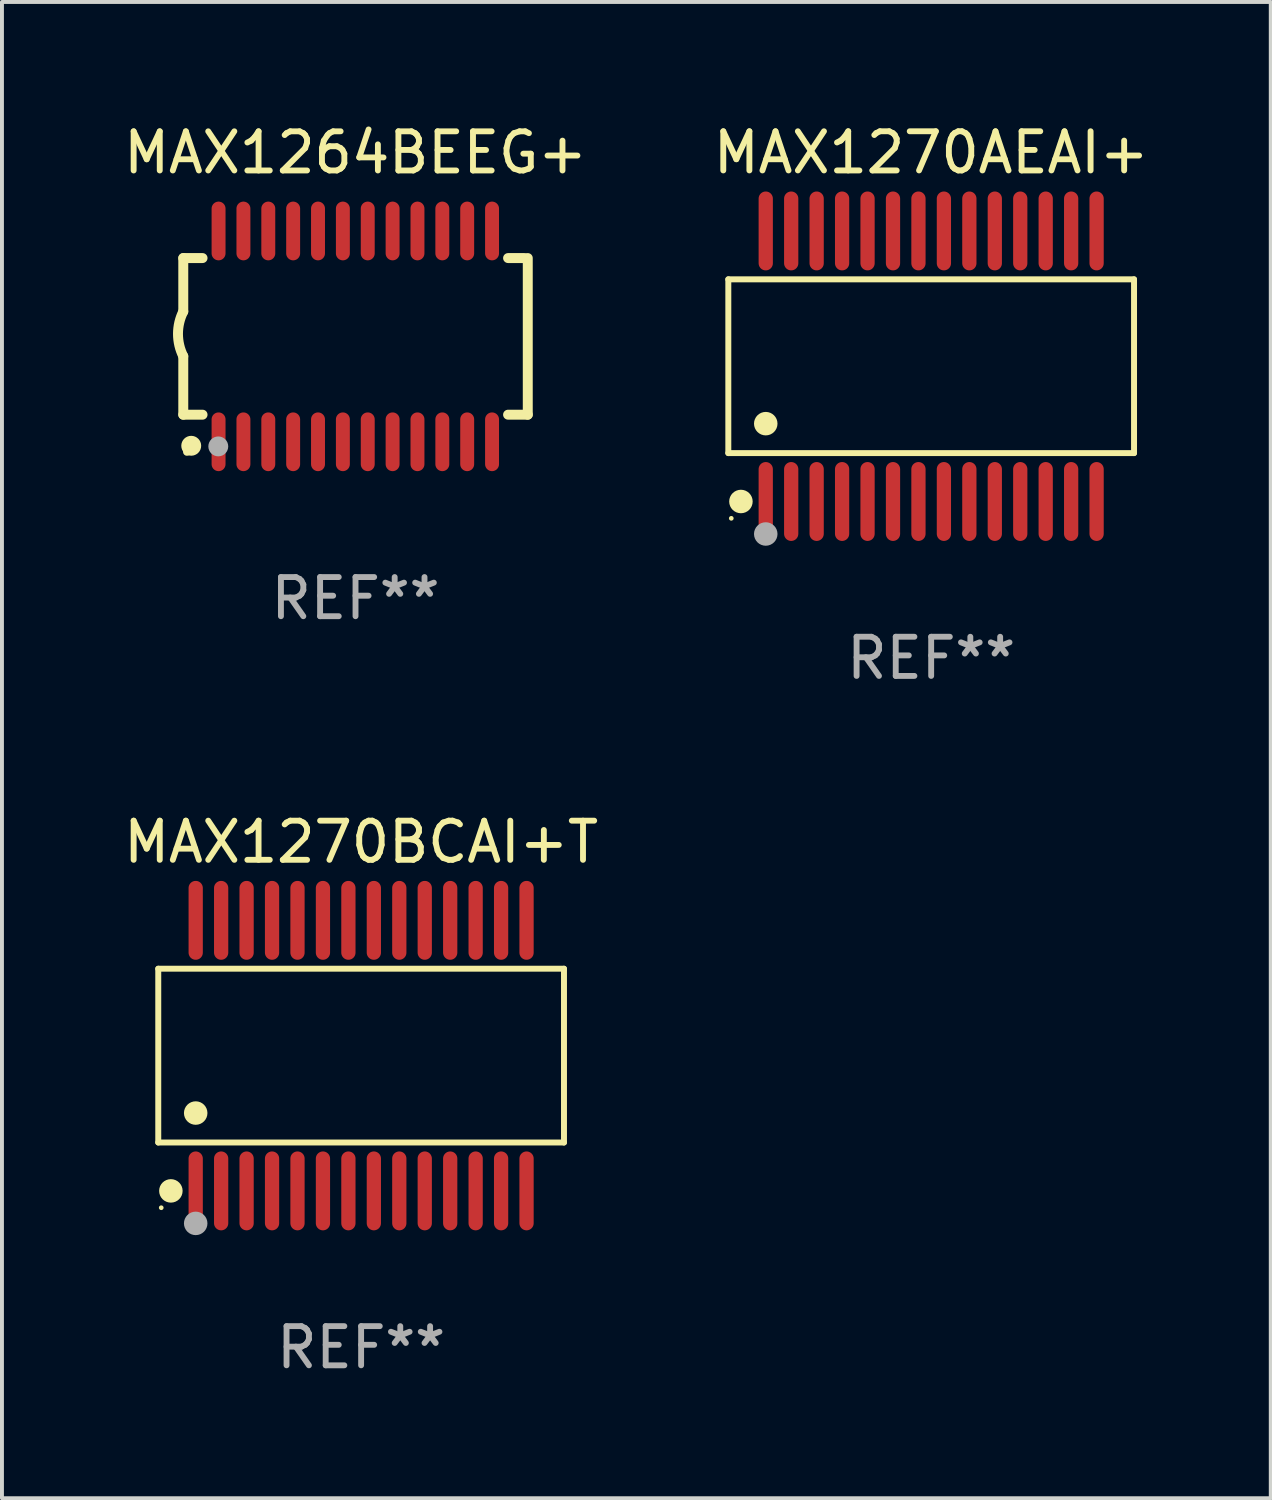
<source format=kicad_pcb>
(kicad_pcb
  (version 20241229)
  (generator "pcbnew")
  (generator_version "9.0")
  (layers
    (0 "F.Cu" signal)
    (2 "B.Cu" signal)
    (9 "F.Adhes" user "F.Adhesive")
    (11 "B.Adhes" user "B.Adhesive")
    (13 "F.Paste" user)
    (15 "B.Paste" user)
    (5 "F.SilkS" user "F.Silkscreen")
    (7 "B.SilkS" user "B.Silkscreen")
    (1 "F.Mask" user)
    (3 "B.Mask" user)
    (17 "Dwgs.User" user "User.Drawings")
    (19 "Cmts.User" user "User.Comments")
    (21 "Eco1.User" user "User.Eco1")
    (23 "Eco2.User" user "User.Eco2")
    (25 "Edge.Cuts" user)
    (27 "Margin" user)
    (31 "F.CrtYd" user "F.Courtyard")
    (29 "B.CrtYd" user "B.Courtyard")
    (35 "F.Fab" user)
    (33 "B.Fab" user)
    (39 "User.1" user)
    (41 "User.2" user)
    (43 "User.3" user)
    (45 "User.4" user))
  (footprint "MAX1270AEAI+"
    (layer "F.Cu")
    (at 20.732 6.303)
    (property "Reference" "MAX1270AEAI+" (at 0 -5.455 0) (layer "F.SilkS") (effects (font (size 1 1) (thickness 0.15))))
    (attr through_hole)
    (fp_line (start -5.181 -2.219) (end 5.181 -2.219) (stroke (width 0.152) (type solid)) (layer "F.SilkS"))
    (fp_line (start -5.181 2.219) (end -5.181 -2.219) (stroke (width 0.152) (type solid)) (layer "F.SilkS"))
    (fp_line (start 5.181 -2.219) (end 5.181 2.219) (stroke (width 0.152) (type solid)) (layer "F.SilkS"))
    (fp_line (start 5.181 2.219) (end -5.181 2.219) (stroke (width 0.152) (type solid)) (layer "F.SilkS"))
    (fp_circle (center -5.105 3.885) (end -5.075 3.885) (stroke (width 0.06) (type solid)) (fill no) (layer "F.SilkS"))
    (fp_circle (center -4.859 3.455) (end -4.709 3.455) (stroke (width 0.3) (type solid)) (fill no) (layer "F.SilkS"))
    (fp_circle (center -4.225 1.467) (end -4.075 1.467) (stroke (width 0.3) (type solid)) (fill no) (layer "F.SilkS"))
    (fp_circle (center -4.225 4.285) (end -4.075 4.285) (stroke (width 0.3) (type solid)) (fill no) (layer "F.Fab"))
    (fp_text user "REF**" (at 0 7.455 0) (layer "F.Fab") (effects (font (size 1 1) (thickness 0.15))))
    (pad "1" smd oval (at -4.225 3.455) (size 0.364 2.015) (layers "F.Cu" "F.Mask" "F.Paste"))
    (pad "2" smd oval (at -3.575 3.455) (size 0.364 2.015) (layers "F.Cu" "F.Mask" "F.Paste"))
    (pad "3" smd oval (at -2.925 3.455) (size 0.364 2.015) (layers "F.Cu" "F.Mask" "F.Paste"))
    (pad "4" smd oval (at -2.275 3.455) (size 0.364 2.015) (layers "F.Cu" "F.Mask" "F.Paste"))
    (pad "5" smd oval (at -1.625 3.455) (size 0.364 2.015) (layers "F.Cu" "F.Mask" "F.Paste"))
    (pad "6" smd oval (at -0.975 3.455) (size 0.364 2.015) (layers "F.Cu" "F.Mask" "F.Paste"))
    (pad "7" smd oval (at -0.325 3.455) (size 0.364 2.015) (layers "F.Cu" "F.Mask" "F.Paste"))
    (pad "8" smd oval (at 0.325 3.455) (size 0.364 2.015) (layers "F.Cu" "F.Mask" "F.Paste"))
    (pad "9" smd oval (at 0.975 3.455) (size 0.364 2.015) (layers "F.Cu" "F.Mask" "F.Paste"))
    (pad "10" smd oval (at 1.625 3.455) (size 0.364 2.015) (layers "F.Cu" "F.Mask" "F.Paste"))
    (pad "11" smd oval (at 2.275 3.455) (size 0.364 2.015) (layers "F.Cu" "F.Mask" "F.Paste"))
    (pad "12" smd oval (at 2.925 3.455) (size 0.364 2.015) (layers "F.Cu" "F.Mask" "F.Paste"))
    (pad "13" smd oval (at 3.575 3.455) (size 0.364 2.015) (layers "F.Cu" "F.Mask" "F.Paste"))
    (pad "14" smd oval (at 4.225 3.455) (size 0.364 2.015) (layers "F.Cu" "F.Mask" "F.Paste"))
    (pad "15" smd oval (at 4.225 -3.455) (size 0.364 2.015) (layers "F.Cu" "F.Mask" "F.Paste"))
    (pad "16" smd oval (at 3.575 -3.455) (size 0.364 2.015) (layers "F.Cu" "F.Mask" "F.Paste"))
    (pad "17" smd oval (at 2.925 -3.455) (size 0.364 2.015) (layers "F.Cu" "F.Mask" "F.Paste"))
    (pad "18" smd oval (at 2.275 -3.455) (size 0.364 2.015) (layers "F.Cu" "F.Mask" "F.Paste"))
    (pad "19" smd oval (at 1.625 -3.455) (size 0.364 2.015) (layers "F.Cu" "F.Mask" "F.Paste"))
    (pad "20" smd oval (at 0.975 -3.455) (size 0.364 2.015) (layers "F.Cu" "F.Mask" "F.Paste"))
    (pad "21" smd oval (at 0.325 -3.455) (size 0.364 2.015) (layers "F.Cu" "F.Mask" "F.Paste"))
    (pad "22" smd oval (at -0.325 -3.455) (size 0.364 2.015) (layers "F.Cu" "F.Mask" "F.Paste"))
    (pad "23" smd oval (at -0.975 -3.455) (size 0.364 2.015) (layers "F.Cu" "F.Mask" "F.Paste"))
    (pad "24" smd oval (at -1.625 -3.455) (size 0.364 2.015) (layers "F.Cu" "F.Mask" "F.Paste"))
    (pad "25" smd oval (at -2.275 -3.455) (size 0.364 2.015) (layers "F.Cu" "F.Mask" "F.Paste"))
    (pad "26" smd oval (at -2.925 -3.455) (size 0.364 2.015) (layers "F.Cu" "F.Mask" "F.Paste"))
    (pad "27" smd oval (at -3.575 -3.455) (size 0.364 2.015) (layers "F.Cu" "F.Mask" "F.Paste"))
    (pad "28" smd oval (at -4.225 -3.455) (size 0.364 2.015) (layers "F.Cu" "F.Mask" "F.Paste")))
  (footprint "MAX1264BEEG+"
    (layer "F.Cu")
    (at 6.03 5.541)
    (property "Reference" "MAX1264BEEG+" (at 0 -4.692 0) (layer "F.SilkS") (effects (font (size 1 1) (thickness 0.15))))
    (attr through_hole)
    (fp_line (start -4.399 -2) (end -4.399 -0.635) (stroke (width 0.254) (type solid)) (layer "F.SilkS"))
    (fp_line (start -4.399 -2) (end -3.907 -2) (stroke (width 0.254) (type solid)) (layer "F.SilkS"))
    (fp_line (start -4.399 2) (end -4.399 0.508) (stroke (width 0.254) (type solid)) (layer "F.SilkS"))
    (fp_line (start -4.399 2) (end -3.907 2) (stroke (width 0.254) (type solid)) (layer "F.SilkS"))
    (fp_line (start 3.896 -2) (end 4.313 -2) (stroke (width 0.254) (type solid)) (layer "F.SilkS"))
    (fp_line (start 3.896 2) (end 4.399 2) (stroke (width 0.254) (type solid)) (layer "F.SilkS"))
    (fp_line (start 4.399 2) (end 4.399 -2) (stroke (width 0.254) (type solid)) (layer "F.SilkS"))
    (fp_arc (start -4.399301 0.508001) (mid -4.534214 -0.0635) (end -4.399301 -0.635001) (stroke (width 0.254001) (type solid)) (layer "F.SilkS"))
    (fp_circle (center -4.305 2.95) (end -4.255 2.95) (stroke (width 0.1) (type solid)) (fill no) (layer "F.SilkS"))
    (fp_circle (center -4.196 2.794) (end -4.069 2.794) (stroke (width 0.254) (type solid)) (fill no) (layer "F.SilkS"))
    (fp_circle (center -3.505 2.81) (end -3.378 2.81) (stroke (width 0.254) (type solid)) (fill no) (layer "F.Fab"))
    (fp_text user "REF**" (at 0 6.692 0) (layer "F.Fab") (effects (font (size 1 1) (thickness 0.15))))
    (pad "1" smd oval (at -3.498 2.692 90) (size 1.5 0.356) (layers "F.Cu" "F.Mask" "F.Paste"))
    (pad "2" smd oval (at -2.863 2.692 90) (size 1.5 0.356) (layers "F.Cu" "F.Mask" "F.Paste"))
    (pad "3" smd oval (at -2.228 2.692 90) (size 1.5 0.356) (layers "F.Cu" "F.Mask" "F.Paste"))
    (pad "4" smd oval (at -1.593 2.692 90) (size 1.5 0.356) (layers "F.Cu" "F.Mask" "F.Paste"))
    (pad "5" smd oval (at -0.958 2.692 90) (size 1.5 0.356) (layers "F.Cu" "F.Mask" "F.Paste"))
    (pad "6" smd oval (at -0.323 2.692 90) (size 1.5 0.356) (layers "F.Cu" "F.Mask" "F.Paste"))
    (pad "7" smd oval (at 0.312 2.692 90) (size 1.5 0.356) (layers "F.Cu" "F.Mask" "F.Paste"))
    (pad "8" smd oval (at 0.947 2.692 90) (size 1.5 0.356) (layers "F.Cu" "F.Mask" "F.Paste"))
    (pad "9" smd oval (at 1.582 2.692 90) (size 1.5 0.356) (layers "F.Cu" "F.Mask" "F.Paste"))
    (pad "10" smd oval (at 2.217 2.692 90) (size 1.5 0.356) (layers "F.Cu" "F.Mask" "F.Paste"))
    (pad "11" smd oval (at 2.852 2.692 90) (size 1.5 0.356) (layers "F.Cu" "F.Mask" "F.Paste"))
    (pad "12" smd oval (at 3.487 2.692 90) (size 1.5 0.356) (layers "F.Cu" "F.Mask" "F.Paste"))
    (pad "13" smd oval (at 3.487 -2.692 90) (size 1.5 0.356) (layers "F.Cu" "F.Mask" "F.Paste"))
    (pad "14" smd oval (at 2.852 -2.692 90) (size 1.5 0.356) (layers "F.Cu" "F.Mask" "F.Paste"))
    (pad "15" smd oval (at 2.217 -2.692 90) (size 1.5 0.356) (layers "F.Cu" "F.Mask" "F.Paste"))
    (pad "16" smd oval (at 1.582 -2.692 90) (size 1.5 0.356) (layers "F.Cu" "F.Mask" "F.Paste"))
    (pad "17" smd oval (at 0.947 -2.692 90) (size 1.5 0.356) (layers "F.Cu" "F.Mask" "F.Paste"))
    (pad "18" smd oval (at 0.312 -2.692 90) (size 1.5 0.356) (layers "F.Cu" "F.Mask" "F.Paste"))
    (pad "19" smd oval (at -0.323 -2.692 90) (size 1.5 0.356) (layers "F.Cu" "F.Mask" "F.Paste"))
    (pad "20" smd oval (at -0.958 -2.692 90) (size 1.5 0.356) (layers "F.Cu" "F.Mask" "F.Paste"))
    (pad "21" smd oval (at -1.593 -2.692 90) (size 1.5 0.356) (layers "F.Cu" "F.Mask" "F.Paste"))
    (pad "22" smd oval (at -2.228 -2.692 90) (size 1.5 0.356) (layers "F.Cu" "F.Mask" "F.Paste"))
    (pad "23" smd oval (at -2.863 -2.692 90) (size 1.5 0.356) (layers "F.Cu" "F.Mask" "F.Paste"))
    (pad "24" smd oval (at -3.498 -2.692 90) (size 1.5 0.356) (layers "F.Cu" "F.Mask" "F.Paste")))
  (footprint "MAX1270BCAI+T"
    (layer "F.Cu")
    (at 6.173 23.91)
    (property "Reference" "MAX1270BCAI+T" (at 0 -5.455 0) (layer "F.SilkS") (effects (font (size 1 1) (thickness 0.15))))
    (attr through_hole)
    (fp_line (start -5.181 -2.219) (end 5.181 -2.219) (stroke (width 0.152) (type solid)) (layer "F.SilkS"))
    (fp_line (start -5.181 2.219) (end -5.181 -2.219) (stroke (width 0.152) (type solid)) (layer "F.SilkS"))
    (fp_line (start 5.181 -2.219) (end 5.181 2.219) (stroke (width 0.152) (type solid)) (layer "F.SilkS"))
    (fp_line (start 5.181 2.219) (end -5.181 2.219) (stroke (width 0.152) (type solid)) (layer "F.SilkS"))
    (fp_circle (center -5.105 3.885) (end -5.075 3.885) (stroke (width 0.06) (type solid)) (fill no) (layer "F.SilkS"))
    (fp_circle (center -4.859 3.455) (end -4.709 3.455) (stroke (width 0.3) (type solid)) (fill no) (layer "F.SilkS"))
    (fp_circle (center -4.225 1.467) (end -4.075 1.467) (stroke (width 0.3) (type solid)) (fill no) (layer "F.SilkS"))
    (fp_circle (center -4.225 4.285) (end -4.075 4.285) (stroke (width 0.3) (type solid)) (fill no) (layer "F.Fab"))
    (fp_text user "REF**" (at 0 7.455 0) (layer "F.Fab") (effects (font (size 1 1) (thickness 0.15))))
    (pad "1" smd oval (at -4.225 3.455) (size 0.364 2.015) (layers "F.Cu" "F.Mask" "F.Paste"))
    (pad "2" smd oval (at -3.575 3.455) (size 0.364 2.015) (layers "F.Cu" "F.Mask" "F.Paste"))
    (pad "3" smd oval (at -2.925 3.455) (size 0.364 2.015) (layers "F.Cu" "F.Mask" "F.Paste"))
    (pad "4" smd oval (at -2.275 3.455) (size 0.364 2.015) (layers "F.Cu" "F.Mask" "F.Paste"))
    (pad "5" smd oval (at -1.625 3.455) (size 0.364 2.015) (layers "F.Cu" "F.Mask" "F.Paste"))
    (pad "6" smd oval (at -0.975 3.455) (size 0.364 2.015) (layers "F.Cu" "F.Mask" "F.Paste"))
    (pad "7" smd oval (at -0.325 3.455) (size 0.364 2.015) (layers "F.Cu" "F.Mask" "F.Paste"))
    (pad "8" smd oval (at 0.325 3.455) (size 0.364 2.015) (layers "F.Cu" "F.Mask" "F.Paste"))
    (pad "9" smd oval (at 0.975 3.455) (size 0.364 2.015) (layers "F.Cu" "F.Mask" "F.Paste"))
    (pad "10" smd oval (at 1.625 3.455) (size 0.364 2.015) (layers "F.Cu" "F.Mask" "F.Paste"))
    (pad "11" smd oval (at 2.275 3.455) (size 0.364 2.015) (layers "F.Cu" "F.Mask" "F.Paste"))
    (pad "12" smd oval (at 2.925 3.455) (size 0.364 2.015) (layers "F.Cu" "F.Mask" "F.Paste"))
    (pad "13" smd oval (at 3.575 3.455) (size 0.364 2.015) (layers "F.Cu" "F.Mask" "F.Paste"))
    (pad "14" smd oval (at 4.225 3.455) (size 0.364 2.015) (layers "F.Cu" "F.Mask" "F.Paste"))
    (pad "15" smd oval (at 4.225 -3.455) (size 0.364 2.015) (layers "F.Cu" "F.Mask" "F.Paste"))
    (pad "16" smd oval (at 3.575 -3.455) (size 0.364 2.015) (layers "F.Cu" "F.Mask" "F.Paste"))
    (pad "17" smd oval (at 2.925 -3.455) (size 0.364 2.015) (layers "F.Cu" "F.Mask" "F.Paste"))
    (pad "18" smd oval (at 2.275 -3.455) (size 0.364 2.015) (layers "F.Cu" "F.Mask" "F.Paste"))
    (pad "19" smd oval (at 1.625 -3.455) (size 0.364 2.015) (layers "F.Cu" "F.Mask" "F.Paste"))
    (pad "20" smd oval (at 0.975 -3.455) (size 0.364 2.015) (layers "F.Cu" "F.Mask" "F.Paste"))
    (pad "21" smd oval (at 0.325 -3.455) (size 0.364 2.015) (layers "F.Cu" "F.Mask" "F.Paste"))
    (pad "22" smd oval (at -0.325 -3.455) (size 0.364 2.015) (layers "F.Cu" "F.Mask" "F.Paste"))
    (pad "23" smd oval (at -0.975 -3.455) (size 0.364 2.015) (layers "F.Cu" "F.Mask" "F.Paste"))
    (pad "24" smd oval (at -1.625 -3.455) (size 0.364 2.015) (layers "F.Cu" "F.Mask" "F.Paste"))
    (pad "25" smd oval (at -2.275 -3.455) (size 0.364 2.015) (layers "F.Cu" "F.Mask" "F.Paste"))
    (pad "26" smd oval (at -2.925 -3.455) (size 0.364 2.015) (layers "F.Cu" "F.Mask" "F.Paste"))
    (pad "27" smd oval (at -3.575 -3.455) (size 0.364 2.015) (layers "F.Cu" "F.Mask" "F.Paste"))
    (pad "28" smd oval (at -4.225 -3.455) (size 0.364 2.015) (layers "F.Cu" "F.Mask" "F.Paste")))
  (gr_rect
    (start -3 -3)
    (end 29.405 35.214)
    (stroke (width 0.1) (type default))
    (fill no)
    (layer "Edge.Cuts")))
</source>
